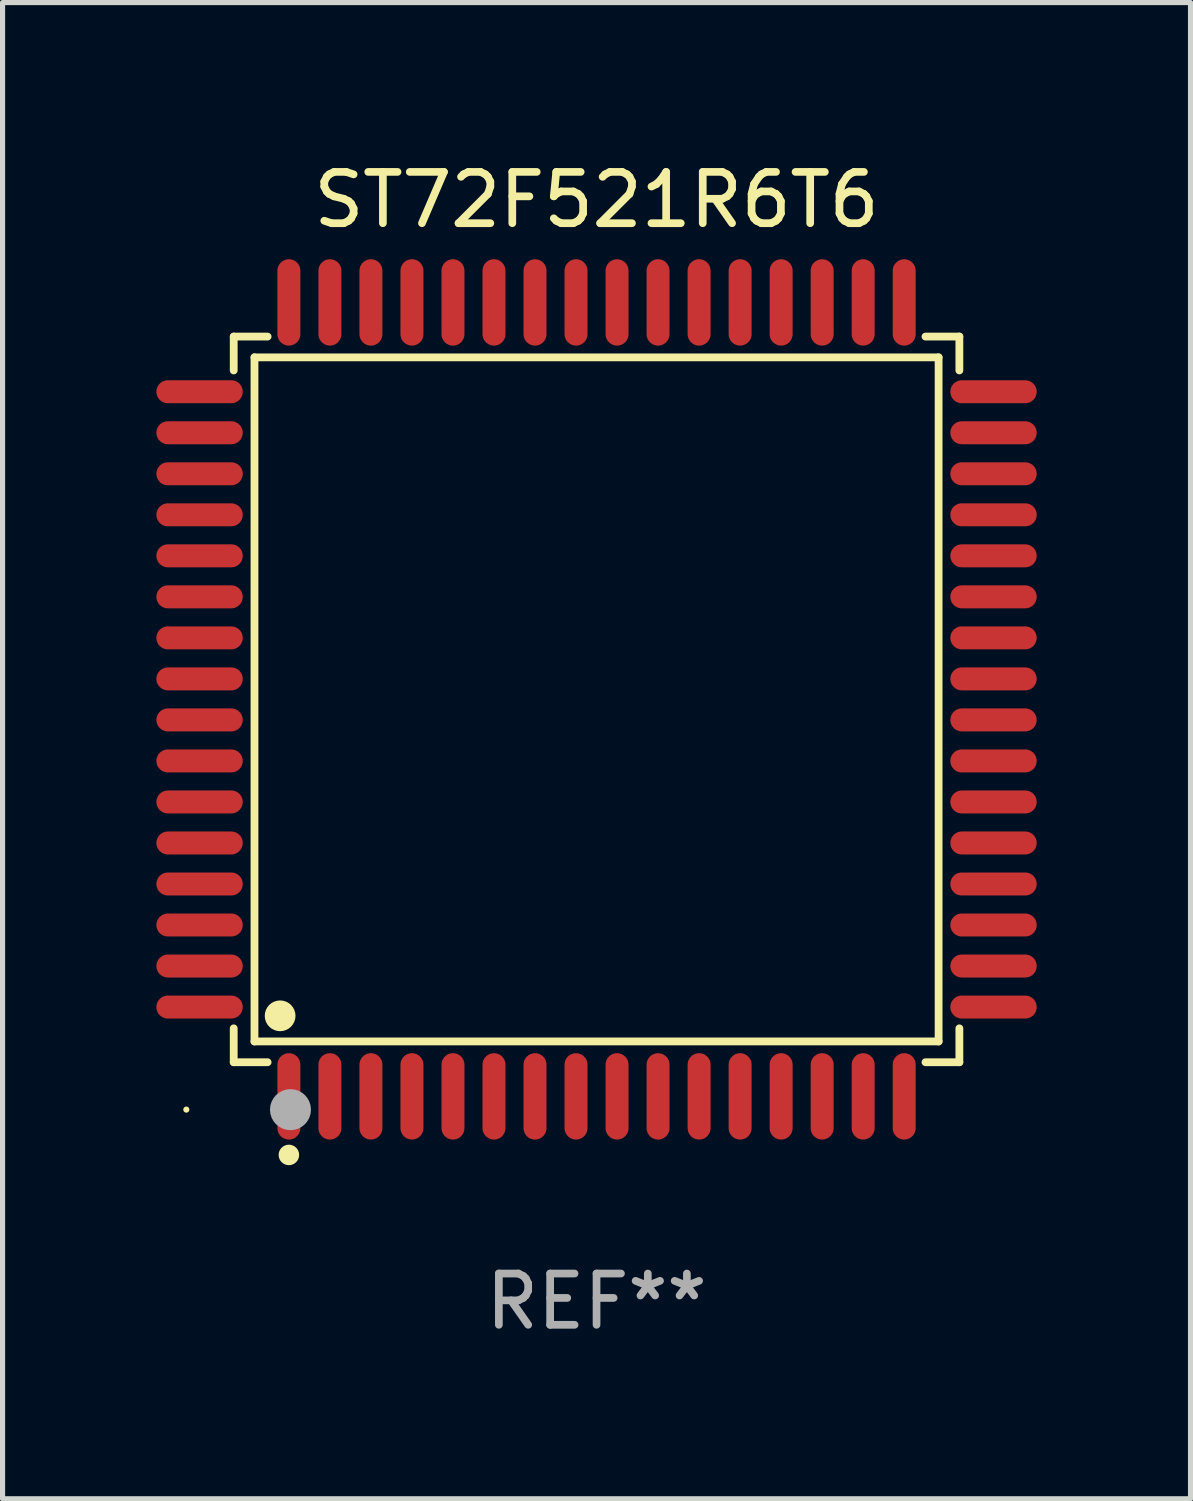
<source format=kicad_pcb>
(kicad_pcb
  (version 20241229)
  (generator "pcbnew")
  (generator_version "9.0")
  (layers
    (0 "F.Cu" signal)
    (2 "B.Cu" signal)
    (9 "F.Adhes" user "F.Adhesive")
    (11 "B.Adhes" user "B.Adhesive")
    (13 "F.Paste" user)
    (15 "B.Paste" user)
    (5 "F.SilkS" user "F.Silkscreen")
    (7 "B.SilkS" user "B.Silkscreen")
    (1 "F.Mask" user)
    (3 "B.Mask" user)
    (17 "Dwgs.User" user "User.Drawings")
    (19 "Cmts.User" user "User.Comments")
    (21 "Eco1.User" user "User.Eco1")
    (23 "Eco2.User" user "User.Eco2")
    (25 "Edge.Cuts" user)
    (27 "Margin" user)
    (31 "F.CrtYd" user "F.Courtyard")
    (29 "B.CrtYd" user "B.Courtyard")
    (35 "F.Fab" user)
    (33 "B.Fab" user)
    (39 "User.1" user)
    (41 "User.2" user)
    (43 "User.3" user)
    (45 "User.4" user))
  (footprint "ST72F521R6T6"
    (layer "F.Cu")
    (at 8.584 10.59)
    (property "Reference" "ST72F521R6T6" (at 0 -9.742 0) (layer "F.SilkS") (effects (font (size 1 1) (thickness 0.15))))
    (attr through_hole)
    (fp_line (start -7.076 -7.076) (end -6.415 -7.076) (stroke (width 0.152) (type solid)) (layer "F.SilkS"))
    (fp_line (start -7.076 -6.415) (end -7.076 -7.076) (stroke (width 0.152) (type solid)) (layer "F.SilkS"))
    (fp_line (start -7.076 6.415) (end -7.076 7.076) (stroke (width 0.152) (type solid)) (layer "F.SilkS"))
    (fp_line (start -7.076 7.076) (end -6.415 7.076) (stroke (width 0.152) (type solid)) (layer "F.SilkS"))
    (fp_line (start -6.671 -6.671) (end 6.671 -6.671) (stroke (width 0.152) (type solid)) (layer "F.SilkS"))
    (fp_line (start -6.671 6.671) (end -6.671 -6.671) (stroke (width 0.152) (type solid)) (layer "F.SilkS"))
    (fp_line (start 6.671 -6.671) (end 6.671 6.671) (stroke (width 0.152) (type solid)) (layer "F.SilkS"))
    (fp_line (start 6.671 6.671) (end -6.671 6.671) (stroke (width 0.152) (type solid)) (layer "F.SilkS"))
    (fp_line (start 7.076 -7.076) (end 6.415 -7.076) (stroke (width 0.152) (type solid)) (layer "F.SilkS"))
    (fp_line (start 7.076 -6.415) (end 7.076 -7.076) (stroke (width 0.152) (type solid)) (layer "F.SilkS"))
    (fp_line (start 7.076 6.415) (end 7.076 7.076) (stroke (width 0.152) (type solid)) (layer "F.SilkS"))
    (fp_line (start 7.076 7.076) (end 6.415 7.076) (stroke (width 0.152) (type solid)) (layer "F.SilkS"))
    (fp_circle (center -8 8) (end -7.97 8) (stroke (width 0.06) (type solid)) (fill no) (layer "F.SilkS"))
    (fp_circle (center -6.171 6.171) (end -6.021 6.171) (stroke (width 0.3) (type solid)) (fill no) (layer "F.SilkS"))
    (fp_circle (center -6 8.884) (end -5.9 8.884) (stroke (width 0.2) (type solid)) (fill no) (layer "F.SilkS"))
    (fp_circle (center -5.969 8.001) (end -5.769 8.001) (stroke (width 0.4) (type solid)) (fill no) (layer "F.Fab"))
    (fp_text user "REF**" (at 0 11.742 0) (layer "F.Fab") (effects (font (size 1 1) (thickness 0.15))))
    (pad "1" smd oval (at -6 7.742) (size 0.448 1.684) (layers "F.Cu" "F.Mask" "F.Paste"))
    (pad "2" smd oval (at -5.2 7.742) (size 0.448 1.684) (layers "F.Cu" "F.Mask" "F.Paste"))
    (pad "3" smd oval (at -4.4 7.742) (size 0.448 1.684) (layers "F.Cu" "F.Mask" "F.Paste"))
    (pad "4" smd oval (at -3.6 7.742) (size 0.448 1.684) (layers "F.Cu" "F.Mask" "F.Paste"))
    (pad "5" smd oval (at -2.8 7.742) (size 0.448 1.684) (layers "F.Cu" "F.Mask" "F.Paste"))
    (pad "6" smd oval (at -2 7.742) (size 0.448 1.684) (layers "F.Cu" "F.Mask" "F.Paste"))
    (pad "7" smd oval (at -1.2 7.742) (size 0.448 1.684) (layers "F.Cu" "F.Mask" "F.Paste"))
    (pad "8" smd oval (at -0.4 7.742) (size 0.448 1.684) (layers "F.Cu" "F.Mask" "F.Paste"))
    (pad "9" smd oval (at 0.4 7.742) (size 0.448 1.684) (layers "F.Cu" "F.Mask" "F.Paste"))
    (pad "10" smd oval (at 1.2 7.742) (size 0.448 1.684) (layers "F.Cu" "F.Mask" "F.Paste"))
    (pad "11" smd oval (at 2 7.742) (size 0.448 1.684) (layers "F.Cu" "F.Mask" "F.Paste"))
    (pad "12" smd oval (at 2.8 7.742) (size 0.448 1.684) (layers "F.Cu" "F.Mask" "F.Paste"))
    (pad "13" smd oval (at 3.6 7.742) (size 0.448 1.684) (layers "F.Cu" "F.Mask" "F.Paste"))
    (pad "14" smd oval (at 4.4 7.742) (size 0.448 1.684) (layers "F.Cu" "F.Mask" "F.Paste"))
    (pad "15" smd oval (at 5.2 7.742) (size 0.448 1.684) (layers "F.Cu" "F.Mask" "F.Paste"))
    (pad "16" smd oval (at 6 7.742) (size 0.448 1.684) (layers "F.Cu" "F.Mask" "F.Paste"))
    (pad "17" smd oval (at 7.742 6) (size 1.684 0.448) (layers "F.Cu" "F.Mask" "F.Paste"))
    (pad "18" smd oval (at 7.742 5.2) (size 1.684 0.448) (layers "F.Cu" "F.Mask" "F.Paste"))
    (pad "19" smd oval (at 7.742 4.4) (size 1.684 0.448) (layers "F.Cu" "F.Mask" "F.Paste"))
    (pad "20" smd oval (at 7.742 3.6) (size 1.684 0.448) (layers "F.Cu" "F.Mask" "F.Paste"))
    (pad "21" smd oval (at 7.742 2.8) (size 1.684 0.448) (layers "F.Cu" "F.Mask" "F.Paste"))
    (pad "22" smd oval (at 7.742 2) (size 1.684 0.448) (layers "F.Cu" "F.Mask" "F.Paste"))
    (pad "23" smd oval (at 7.742 1.2) (size 1.684 0.448) (layers "F.Cu" "F.Mask" "F.Paste"))
    (pad "24" smd oval (at 7.742 0.4) (size 1.684 0.448) (layers "F.Cu" "F.Mask" "F.Paste"))
    (pad "25" smd oval (at 7.742 -0.4) (size 1.684 0.448) (layers "F.Cu" "F.Mask" "F.Paste"))
    (pad "26" smd oval (at 7.742 -1.2) (size 1.684 0.448) (layers "F.Cu" "F.Mask" "F.Paste"))
    (pad "27" smd oval (at 7.742 -2) (size 1.684 0.448) (layers "F.Cu" "F.Mask" "F.Paste"))
    (pad "28" smd oval (at 7.742 -2.8) (size 1.684 0.448) (layers "F.Cu" "F.Mask" "F.Paste"))
    (pad "29" smd oval (at 7.742 -3.6) (size 1.684 0.448) (layers "F.Cu" "F.Mask" "F.Paste"))
    (pad "30" smd oval (at 7.742 -4.4) (size 1.684 0.448) (layers "F.Cu" "F.Mask" "F.Paste"))
    (pad "31" smd oval (at 7.742 -5.2) (size 1.684 0.448) (layers "F.Cu" "F.Mask" "F.Paste"))
    (pad "32" smd oval (at 7.742 -6) (size 1.684 0.448) (layers "F.Cu" "F.Mask" "F.Paste"))
    (pad "33" smd oval (at 6 -7.742) (size 0.448 1.684) (layers "F.Cu" "F.Mask" "F.Paste"))
    (pad "34" smd oval (at 5.2 -7.742) (size 0.448 1.684) (layers "F.Cu" "F.Mask" "F.Paste"))
    (pad "35" smd oval (at 4.4 -7.742) (size 0.448 1.684) (layers "F.Cu" "F.Mask" "F.Paste"))
    (pad "36" smd oval (at 3.6 -7.742) (size 0.448 1.684) (layers "F.Cu" "F.Mask" "F.Paste"))
    (pad "37" smd oval (at 2.8 -7.742) (size 0.448 1.684) (layers "F.Cu" "F.Mask" "F.Paste"))
    (pad "38" smd oval (at 2 -7.742) (size 0.448 1.684) (layers "F.Cu" "F.Mask" "F.Paste"))
    (pad "39" smd oval (at 1.2 -7.742) (size 0.448 1.684) (layers "F.Cu" "F.Mask" "F.Paste"))
    (pad "40" smd oval (at 0.4 -7.742) (size 0.448 1.684) (layers "F.Cu" "F.Mask" "F.Paste"))
    (pad "41" smd oval (at -0.4 -7.742) (size 0.448 1.684) (layers "F.Cu" "F.Mask" "F.Paste"))
    (pad "42" smd oval (at -1.2 -7.742) (size 0.448 1.684) (layers "F.Cu" "F.Mask" "F.Paste"))
    (pad "43" smd oval (at -2 -7.742) (size 0.448 1.684) (layers "F.Cu" "F.Mask" "F.Paste"))
    (pad "44" smd oval (at -2.8 -7.742) (size 0.448 1.684) (layers "F.Cu" "F.Mask" "F.Paste"))
    (pad "45" smd oval (at -3.6 -7.742) (size 0.448 1.684) (layers "F.Cu" "F.Mask" "F.Paste"))
    (pad "46" smd oval (at -4.4 -7.742) (size 0.448 1.684) (layers "F.Cu" "F.Mask" "F.Paste"))
    (pad "47" smd oval (at -5.2 -7.742) (size 0.448 1.684) (layers "F.Cu" "F.Mask" "F.Paste"))
    (pad "48" smd oval (at -6 -7.742) (size 0.448 1.684) (layers "F.Cu" "F.Mask" "F.Paste"))
    (pad "49" smd oval (at -7.742 -6) (size 1.684 0.448) (layers "F.Cu" "F.Mask" "F.Paste"))
    (pad "50" smd oval (at -7.742 -5.2) (size 1.684 0.448) (layers "F.Cu" "F.Mask" "F.Paste"))
    (pad "51" smd oval (at -7.742 -4.4) (size 1.684 0.448) (layers "F.Cu" "F.Mask" "F.Paste"))
    (pad "52" smd oval (at -7.742 -3.6) (size 1.684 0.448) (layers "F.Cu" "F.Mask" "F.Paste"))
    (pad "53" smd oval (at -7.742 -2.8) (size 1.684 0.448) (layers "F.Cu" "F.Mask" "F.Paste"))
    (pad "54" smd oval (at -7.742 -2) (size 1.684 0.448) (layers "F.Cu" "F.Mask" "F.Paste"))
    (pad "55" smd oval (at -7.742 -1.2) (size 1.684 0.448) (layers "F.Cu" "F.Mask" "F.Paste"))
    (pad "56" smd oval (at -7.742 -0.4) (size 1.684 0.448) (layers "F.Cu" "F.Mask" "F.Paste"))
    (pad "57" smd oval (at -7.742 0.4) (size 1.684 0.448) (layers "F.Cu" "F.Mask" "F.Paste"))
    (pad "58" smd oval (at -7.742 1.2) (size 1.684 0.448) (layers "F.Cu" "F.Mask" "F.Paste"))
    (pad "59" smd oval (at -7.742 2) (size 1.684 0.448) (layers "F.Cu" "F.Mask" "F.Paste"))
    (pad "60" smd oval (at -7.742 2.8) (size 1.684 0.448) (layers "F.Cu" "F.Mask" "F.Paste"))
    (pad "61" smd oval (at -7.742 3.6) (size 1.684 0.448) (layers "F.Cu" "F.Mask" "F.Paste"))
    (pad "62" smd oval (at -7.742 4.4) (size 1.684 0.448) (layers "F.Cu" "F.Mask" "F.Paste"))
    (pad "63" smd oval (at -7.742 5.2) (size 1.684 0.448) (layers "F.Cu" "F.Mask" "F.Paste"))
    (pad "64" smd oval (at -7.742 6) (size 1.684 0.448) (layers "F.Cu" "F.Mask" "F.Paste")))
  (gr_rect
    (start -3 -3)
    (end 20.168 26.18)
    (stroke (width 0.1) (type default))
    (fill no)
    (layer "Edge.Cuts")))
</source>
